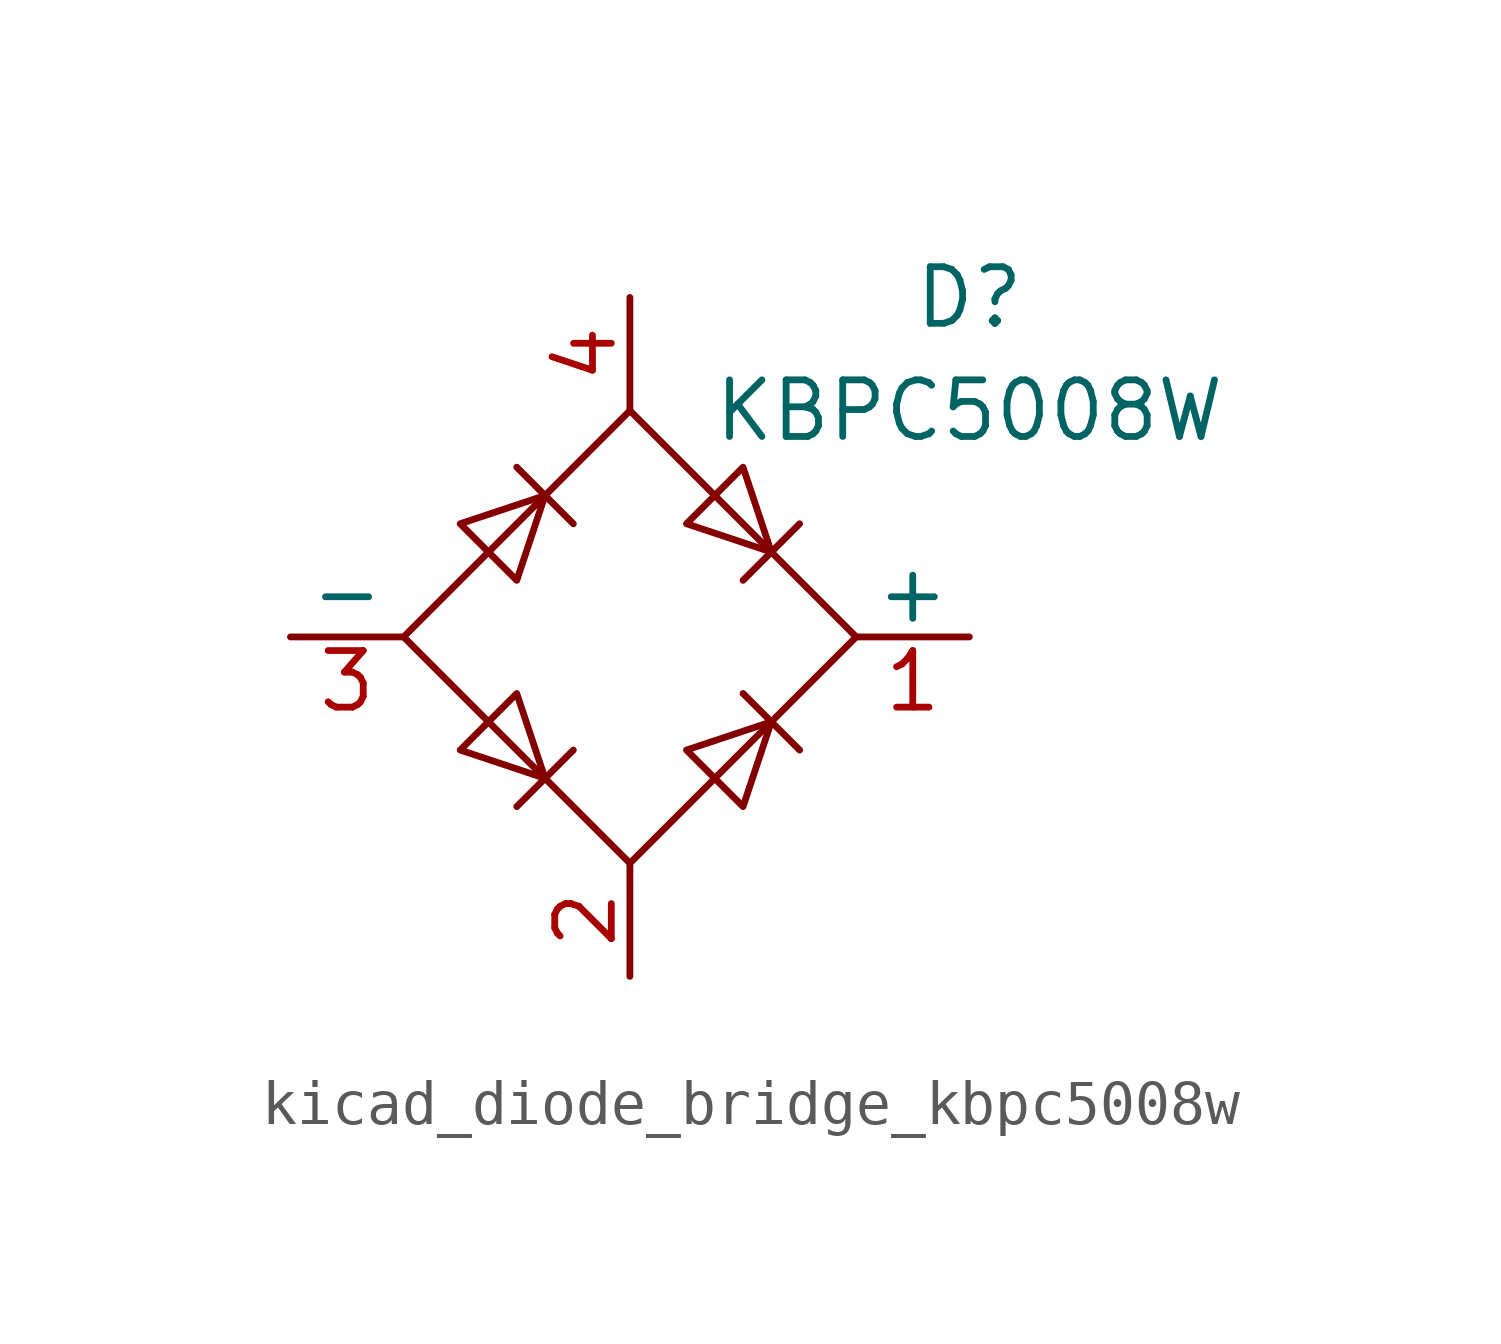
<source format=kicad_sym>
(kicad_symbol_lib
  (version 20220914)
  (generator kicad_symbol_editor)
  (symbol "kicad_diode_bridge_kbpc5008w"
    (pin_names
      (offset 0))
    (property "Reference" "D"
      (at 7.62 7.62 0)
      (effects (font (size 1.27 1.27))))
    (property "Value" "KBPC5008W"
      (at 7.62 5.08 0)
      (effects (font (size 1.27 1.27))))
    (symbol "kicad_diode_bridge_kbpc5008w_0_1"
      (polyline (pts (xy -2.54 3.81) (xy -1.27 2.54)) (stroke (width 0) (type default)) (fill (type none)))
      (polyline (pts (xy -1.27 -2.54) (xy -2.54 -3.81)) (stroke (width 0) (type default)) (fill (type none)))
      (polyline (pts (xy 2.54 -1.27) (xy 3.81 -2.54)) (stroke (width 0) (type default)) (fill (type none)))
      (polyline (pts (xy 2.54 1.27) (xy 3.81 2.54)) (stroke (width 0) (type default)) (fill (type none)))
      (polyline (pts (xy -3.81 2.54) (xy -2.54 1.27) (xy -1.905 3.175) (xy -3.81 2.54)) (stroke (width 0) (type default)) (fill (type none)))
      (polyline (pts (xy -2.54 -1.27) (xy -3.81 -2.54) (xy -1.905 -3.175) (xy -2.54 -1.27)) (stroke (width 0) (type default)) (fill (type none)))
      (polyline (pts (xy 1.27 2.54) (xy 2.54 3.81) (xy 3.175 1.905) (xy 1.27 2.54)) (stroke (width 0) (type default)) (fill (type none)))
      (polyline (pts (xy 3.175 -1.905) (xy 1.27 -2.54) (xy 2.54 -3.81) (xy 3.175 -1.905)) (stroke (width 0) (type default)) (fill (type none)))
      (polyline (pts (xy -5.08 0) (xy 0 -5.08) (xy 5.08 0) (xy 0 5.08) (xy -5.08 0)) (stroke (width 0) (type default)) (fill (type none))))
    (symbol "kicad_diode_bridge_kbpc5008w_1_1"
      (pin passive line (at 7.62 0 180) (length 2.54) (name "+" (effects (font (size 1.27 1.27)))) (number "1" (effects (font (size 1.27 1.27)))))
      (pin passive line (at 0 -7.62 90) (length 2.54) (name "~" (effects (font (size 1.27 1.27)))) (number "2" (effects (font (size 1.27 1.27)))))
      (pin passive line (at -7.62 0 0) (length 2.54) (name "-" (effects (font (size 1.27 1.27)))) (number "3" (effects (font (size 1.27 1.27)))))
      (pin passive line (at 0 7.62 270) (length 2.54) (name "~" (effects (font (size 1.27 1.27)))) (number "4" (effects (font (size 1.27 1.27))))))))
</source>
